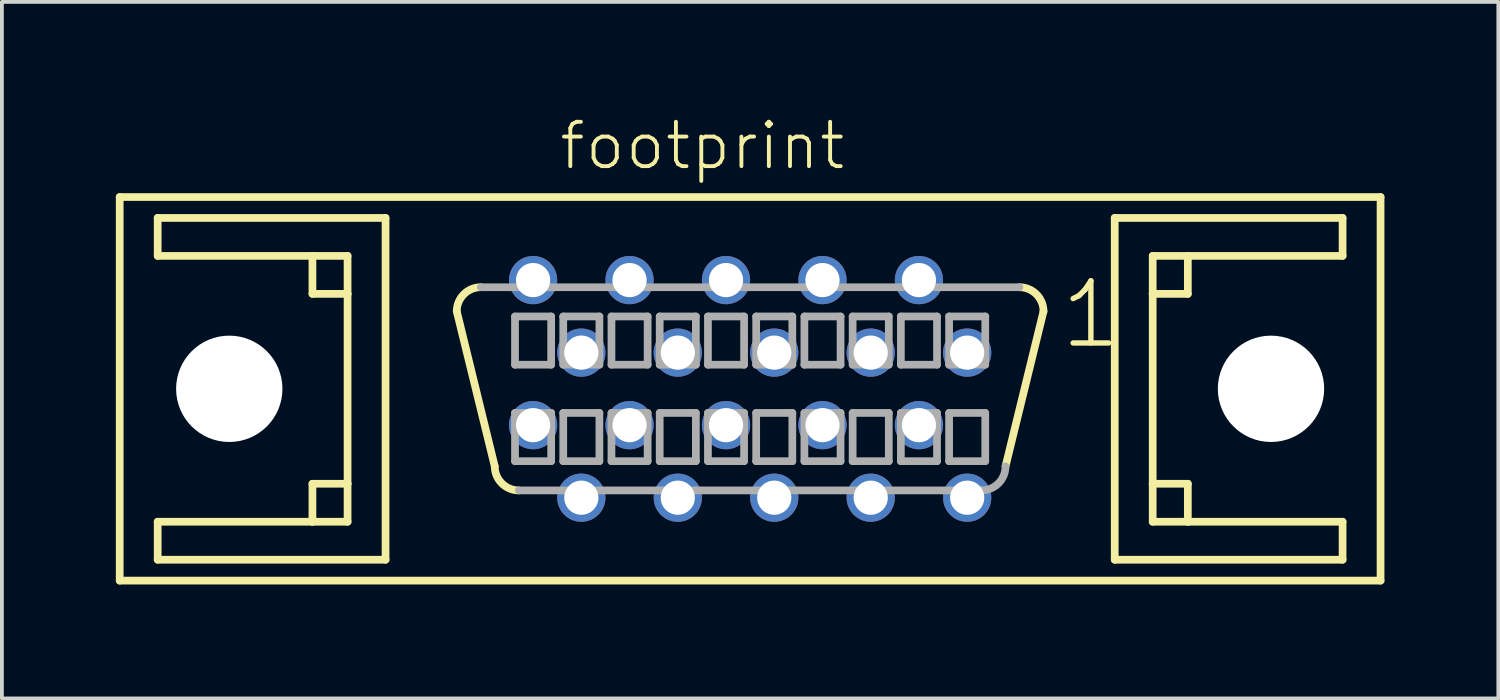
<source format=kicad_pcb>
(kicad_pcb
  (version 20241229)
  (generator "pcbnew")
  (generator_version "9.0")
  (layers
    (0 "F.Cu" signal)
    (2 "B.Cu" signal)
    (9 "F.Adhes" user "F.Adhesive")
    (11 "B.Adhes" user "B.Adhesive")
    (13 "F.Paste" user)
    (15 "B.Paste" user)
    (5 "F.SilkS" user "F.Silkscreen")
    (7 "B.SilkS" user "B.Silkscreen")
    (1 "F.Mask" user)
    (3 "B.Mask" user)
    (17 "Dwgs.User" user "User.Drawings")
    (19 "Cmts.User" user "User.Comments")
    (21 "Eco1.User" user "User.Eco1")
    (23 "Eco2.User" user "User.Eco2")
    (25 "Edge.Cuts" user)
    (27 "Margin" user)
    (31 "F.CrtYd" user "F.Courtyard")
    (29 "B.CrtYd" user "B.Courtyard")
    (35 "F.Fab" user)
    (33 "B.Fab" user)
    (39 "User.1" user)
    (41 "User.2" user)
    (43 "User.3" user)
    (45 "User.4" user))
  (footprint "footprint"
    (layer "F.Cu")
    (at 16.702 7.188)
    (property "Reference" "footprint" (at -5.08 -5.715 0) (layer "F.SilkS") (effects (font (size 1.168 1.168) (thickness 0.102)) (justify left bottom)))
    (fp_line (start -16.6 -5.05) (end 16.6 -5.05) (stroke (width 0.203) (type solid)) (layer "F.SilkS"))
    (fp_line (start -16.6 5.05) (end -16.6 -5.05) (stroke (width 0.203) (type solid)) (layer "F.SilkS"))
    (fp_line (start -15.6 -4.5) (end -15.6 -3.5) (stroke (width 0.203) (type solid)) (layer "F.SilkS"))
    (fp_line (start -15.6 -3.5) (end -11.525 -3.5) (stroke (width 0.203) (type solid)) (layer "F.SilkS"))
    (fp_line (start -15.6 3.5) (end -15.6 4.5) (stroke (width 0.203) (type solid)) (layer "F.SilkS"))
    (fp_line (start -15.6 4.5) (end -9.6 4.5) (stroke (width 0.203) (type solid)) (layer "F.SilkS"))
    (fp_line (start -11.525 -3.5) (end -11.525 -2.5) (stroke (width 0.203) (type solid)) (layer "F.SilkS"))
    (fp_line (start -11.525 -3.5) (end -10.6 -3.5) (stroke (width 0.203) (type solid)) (layer "F.SilkS"))
    (fp_line (start -11.525 -2.5) (end -10.6 -2.5) (stroke (width 0.203) (type solid)) (layer "F.SilkS"))
    (fp_line (start -11.525 2.5) (end -11.525 3.5) (stroke (width 0.203) (type solid)) (layer "F.SilkS"))
    (fp_line (start -11.525 3.5) (end -15.6 3.5) (stroke (width 0.203) (type solid)) (layer "F.SilkS"))
    (fp_line (start -10.6 -3.5) (end -10.6 -2.5) (stroke (width 0.203) (type solid)) (layer "F.SilkS"))
    (fp_line (start -10.6 -2.5) (end -10.6 2.5) (stroke (width 0.203) (type solid)) (layer "F.SilkS"))
    (fp_line (start -10.6 2.5) (end -11.525 2.5) (stroke (width 0.203) (type solid)) (layer "F.SilkS"))
    (fp_line (start -10.6 2.5) (end -10.6 3.5) (stroke (width 0.203) (type solid)) (layer "F.SilkS"))
    (fp_line (start -10.6 3.5) (end -11.525 3.5) (stroke (width 0.203) (type solid)) (layer "F.SilkS"))
    (fp_line (start -9.6 -4.5) (end -15.6 -4.5) (stroke (width 0.203) (type solid)) (layer "F.SilkS"))
    (fp_line (start -9.6 4.5) (end -9.6 -4.5) (stroke (width 0.203) (type solid)) (layer "F.SilkS"))
    (fp_line (start -6.725 2.04) (end -7.725 -2.04) (stroke (width 0.203) (type solid)) (layer "F.SilkS"))
    (fp_line (start 7.725 -2.04) (end 6.725 2.04) (stroke (width 0.203) (type solid)) (layer "F.SilkS"))
    (fp_line (start 9.6 -4.5) (end 9.6 4.5) (stroke (width 0.203) (type solid)) (layer "F.SilkS"))
    (fp_line (start 9.6 4.5) (end 15.6 4.5) (stroke (width 0.203) (type solid)) (layer "F.SilkS"))
    (fp_line (start 10.6 -3.5) (end 11.525 -3.5) (stroke (width 0.203) (type solid)) (layer "F.SilkS"))
    (fp_line (start 10.6 -2.5) (end 10.6 -3.5) (stroke (width 0.203) (type solid)) (layer "F.SilkS"))
    (fp_line (start 10.6 -2.5) (end 11.525 -2.5) (stroke (width 0.203) (type solid)) (layer "F.SilkS"))
    (fp_line (start 10.6 2.5) (end 10.6 -2.5) (stroke (width 0.203) (type solid)) (layer "F.SilkS"))
    (fp_line (start 10.6 3.5) (end 10.6 2.5) (stroke (width 0.203) (type solid)) (layer "F.SilkS"))
    (fp_line (start 11.525 -3.5) (end 15.6 -3.5) (stroke (width 0.203) (type solid)) (layer "F.SilkS"))
    (fp_line (start 11.525 -2.5) (end 11.525 -3.5) (stroke (width 0.203) (type solid)) (layer "F.SilkS"))
    (fp_line (start 11.525 2.5) (end 10.6 2.5) (stroke (width 0.203) (type solid)) (layer "F.SilkS"))
    (fp_line (start 11.525 3.5) (end 10.6 3.5) (stroke (width 0.203) (type solid)) (layer "F.SilkS"))
    (fp_line (start 11.525 3.5) (end 11.525 2.5) (stroke (width 0.203) (type solid)) (layer "F.SilkS"))
    (fp_line (start 15.6 -4.5) (end 9.6 -4.5) (stroke (width 0.203) (type solid)) (layer "F.SilkS"))
    (fp_line (start 15.6 -3.5) (end 15.6 -4.5) (stroke (width 0.203) (type solid)) (layer "F.SilkS"))
    (fp_line (start 15.6 3.5) (end 11.525 3.5) (stroke (width 0.203) (type solid)) (layer "F.SilkS"))
    (fp_line (start 15.6 4.5) (end 15.6 3.5) (stroke (width 0.203) (type solid)) (layer "F.SilkS"))
    (fp_line (start 16.6 -5.05) (end 16.6 5.05) (stroke (width 0.203) (type solid)) (layer "F.SilkS"))
    (fp_line (start 16.6 5.05) (end -16.6 5.05) (stroke (width 0.203) (type solid)) (layer "F.SilkS"))
    (fp_arc (start -7.725 -2.04) (mid -7.539013 -2.489013) (end -7.09 -2.675) (stroke (width 0.2032) (type solid)) (layer "F.SilkS"))
    (fp_arc (start -6.09 2.675) (mid -6.539013 2.489013) (end -6.725 2.04) (stroke (width 0.2032) (type solid)) (layer "F.SilkS"))
    (fp_arc (start 7.09 -2.675) (mid 7.539013 -2.489013) (end 7.725 -2.04) (stroke (width 0.2032) (type solid)) (layer "F.SilkS"))
    (fp_line (start -7.09 -2.675) (end 7.09 -2.675) (stroke (width 0.203) (type solid)) (layer "F.Fab"))
    (fp_line (start -6.191 -1.905) (end -6.191 -0.635) (stroke (width 0.203) (type solid)) (layer "F.Fab"))
    (fp_line (start -6.191 -0.635) (end -5.239 -0.635) (stroke (width 0.203) (type solid)) (layer "F.Fab"))
    (fp_line (start -6.191 0.635) (end -6.191 1.905) (stroke (width 0.203) (type solid)) (layer "F.Fab"))
    (fp_line (start -6.191 1.905) (end -5.239 1.905) (stroke (width 0.203) (type solid)) (layer "F.Fab"))
    (fp_line (start -5.239 -1.905) (end -6.191 -1.905) (stroke (width 0.203) (type solid)) (layer "F.Fab"))
    (fp_line (start -5.239 -0.635) (end -5.239 -1.905) (stroke (width 0.203) (type solid)) (layer "F.Fab"))
    (fp_line (start -5.239 0.635) (end -6.191 0.635) (stroke (width 0.203) (type solid)) (layer "F.Fab"))
    (fp_line (start -5.239 1.905) (end -5.239 0.635) (stroke (width 0.203) (type solid)) (layer "F.Fab"))
    (fp_line (start -4.921 -1.905) (end -4.921 -0.635) (stroke (width 0.203) (type solid)) (layer "F.Fab"))
    (fp_line (start -4.921 -0.635) (end -3.969 -0.635) (stroke (width 0.203) (type solid)) (layer "F.Fab"))
    (fp_line (start -4.921 0.635) (end -4.921 1.905) (stroke (width 0.203) (type solid)) (layer "F.Fab"))
    (fp_line (start -4.921 1.905) (end -3.969 1.905) (stroke (width 0.203) (type solid)) (layer "F.Fab"))
    (fp_line (start -3.969 -1.905) (end -4.921 -1.905) (stroke (width 0.203) (type solid)) (layer "F.Fab"))
    (fp_line (start -3.969 -0.635) (end -3.969 -1.905) (stroke (width 0.203) (type solid)) (layer "F.Fab"))
    (fp_line (start -3.969 0.635) (end -4.921 0.635) (stroke (width 0.203) (type solid)) (layer "F.Fab"))
    (fp_line (start -3.969 1.905) (end -3.969 0.635) (stroke (width 0.203) (type solid)) (layer "F.Fab"))
    (fp_line (start -3.651 -1.905) (end -3.651 -0.635) (stroke (width 0.203) (type solid)) (layer "F.Fab"))
    (fp_line (start -3.651 -0.635) (end -2.699 -0.635) (stroke (width 0.203) (type solid)) (layer "F.Fab"))
    (fp_line (start -3.651 0.635) (end -3.651 1.905) (stroke (width 0.203) (type solid)) (layer "F.Fab"))
    (fp_line (start -3.651 1.905) (end -2.699 1.905) (stroke (width 0.203) (type solid)) (layer "F.Fab"))
    (fp_line (start -2.699 -1.905) (end -3.651 -1.905) (stroke (width 0.203) (type solid)) (layer "F.Fab"))
    (fp_line (start -2.699 -0.635) (end -2.699 -1.905) (stroke (width 0.203) (type solid)) (layer "F.Fab"))
    (fp_line (start -2.699 0.635) (end -3.651 0.635) (stroke (width 0.203) (type solid)) (layer "F.Fab"))
    (fp_line (start -2.699 1.905) (end -2.699 0.635) (stroke (width 0.203) (type solid)) (layer "F.Fab"))
    (fp_line (start -2.381 -1.905) (end -2.381 -0.635) (stroke (width 0.203) (type solid)) (layer "F.Fab"))
    (fp_line (start -2.381 -0.635) (end -1.429 -0.635) (stroke (width 0.203) (type solid)) (layer "F.Fab"))
    (fp_line (start -2.381 0.635) (end -2.381 1.905) (stroke (width 0.203) (type solid)) (layer "F.Fab"))
    (fp_line (start -2.381 1.905) (end -1.429 1.905) (stroke (width 0.203) (type solid)) (layer "F.Fab"))
    (fp_line (start -1.429 -1.905) (end -2.381 -1.905) (stroke (width 0.203) (type solid)) (layer "F.Fab"))
    (fp_line (start -1.429 -0.635) (end -1.429 -1.905) (stroke (width 0.203) (type solid)) (layer "F.Fab"))
    (fp_line (start -1.429 0.635) (end -2.381 0.635) (stroke (width 0.203) (type solid)) (layer "F.Fab"))
    (fp_line (start -1.429 1.905) (end -1.429 0.635) (stroke (width 0.203) (type solid)) (layer "F.Fab"))
    (fp_line (start -1.111 -1.905) (end -1.111 -0.635) (stroke (width 0.203) (type solid)) (layer "F.Fab"))
    (fp_line (start -1.111 -0.635) (end -0.159 -0.635) (stroke (width 0.203) (type solid)) (layer "F.Fab"))
    (fp_line (start -1.111 0.635) (end -1.111 1.905) (stroke (width 0.203) (type solid)) (layer "F.Fab"))
    (fp_line (start -1.111 1.905) (end -0.159 1.905) (stroke (width 0.203) (type solid)) (layer "F.Fab"))
    (fp_line (start -0.159 -1.905) (end -1.111 -1.905) (stroke (width 0.203) (type solid)) (layer "F.Fab"))
    (fp_line (start -0.159 -0.635) (end -0.159 -1.905) (stroke (width 0.203) (type solid)) (layer "F.Fab"))
    (fp_line (start -0.159 0.635) (end -1.111 0.635) (stroke (width 0.203) (type solid)) (layer "F.Fab"))
    (fp_line (start -0.159 1.905) (end -0.159 0.635) (stroke (width 0.203) (type solid)) (layer "F.Fab"))
    (fp_line (start 0.159 -1.905) (end 0.159 -0.635) (stroke (width 0.203) (type solid)) (layer "F.Fab"))
    (fp_line (start 0.159 -0.635) (end 1.111 -0.635) (stroke (width 0.203) (type solid)) (layer "F.Fab"))
    (fp_line (start 0.159 0.635) (end 0.159 1.905) (stroke (width 0.203) (type solid)) (layer "F.Fab"))
    (fp_line (start 0.159 1.905) (end 1.111 1.905) (stroke (width 0.203) (type solid)) (layer "F.Fab"))
    (fp_line (start 1.111 -1.905) (end 0.159 -1.905) (stroke (width 0.203) (type solid)) (layer "F.Fab"))
    (fp_line (start 1.111 -0.635) (end 1.111 -1.905) (stroke (width 0.203) (type solid)) (layer "F.Fab"))
    (fp_line (start 1.111 0.635) (end 0.159 0.635) (stroke (width 0.203) (type solid)) (layer "F.Fab"))
    (fp_line (start 1.111 1.905) (end 1.111 0.635) (stroke (width 0.203) (type solid)) (layer "F.Fab"))
    (fp_line (start 1.429 -1.905) (end 1.429 -0.635) (stroke (width 0.203) (type solid)) (layer "F.Fab"))
    (fp_line (start 1.429 -0.635) (end 2.381 -0.635) (stroke (width 0.203) (type solid)) (layer "F.Fab"))
    (fp_line (start 1.429 0.635) (end 1.429 1.905) (stroke (width 0.203) (type solid)) (layer "F.Fab"))
    (fp_line (start 1.429 1.905) (end 2.381 1.905) (stroke (width 0.203) (type solid)) (layer "F.Fab"))
    (fp_line (start 2.381 -1.905) (end 1.429 -1.905) (stroke (width 0.203) (type solid)) (layer "F.Fab"))
    (fp_line (start 2.381 -0.635) (end 2.381 -1.905) (stroke (width 0.203) (type solid)) (layer "F.Fab"))
    (fp_line (start 2.381 0.635) (end 1.429 0.635) (stroke (width 0.203) (type solid)) (layer "F.Fab"))
    (fp_line (start 2.381 1.905) (end 2.381 0.635) (stroke (width 0.203) (type solid)) (layer "F.Fab"))
    (fp_line (start 2.699 -1.905) (end 2.699 -0.635) (stroke (width 0.203) (type solid)) (layer "F.Fab"))
    (fp_line (start 2.699 -0.635) (end 3.651 -0.635) (stroke (width 0.203) (type solid)) (layer "F.Fab"))
    (fp_line (start 2.699 0.635) (end 2.699 1.905) (stroke (width 0.203) (type solid)) (layer "F.Fab"))
    (fp_line (start 2.699 1.905) (end 3.651 1.905) (stroke (width 0.203) (type solid)) (layer "F.Fab"))
    (fp_line (start 3.651 -1.905) (end 2.699 -1.905) (stroke (width 0.203) (type solid)) (layer "F.Fab"))
    (fp_line (start 3.651 -0.635) (end 3.651 -1.905) (stroke (width 0.203) (type solid)) (layer "F.Fab"))
    (fp_line (start 3.651 0.635) (end 2.699 0.635) (stroke (width 0.203) (type solid)) (layer "F.Fab"))
    (fp_line (start 3.651 1.905) (end 3.651 0.635) (stroke (width 0.203) (type solid)) (layer "F.Fab"))
    (fp_line (start 3.969 -1.905) (end 3.969 -0.635) (stroke (width 0.203) (type solid)) (layer "F.Fab"))
    (fp_line (start 3.969 -0.635) (end 4.921 -0.635) (stroke (width 0.203) (type solid)) (layer "F.Fab"))
    (fp_line (start 3.969 0.635) (end 3.969 1.905) (stroke (width 0.203) (type solid)) (layer "F.Fab"))
    (fp_line (start 3.969 1.905) (end 4.921 1.905) (stroke (width 0.203) (type solid)) (layer "F.Fab"))
    (fp_line (start 4.921 -1.905) (end 3.969 -1.905) (stroke (width 0.203) (type solid)) (layer "F.Fab"))
    (fp_line (start 4.921 -0.635) (end 4.921 -1.905) (stroke (width 0.203) (type solid)) (layer "F.Fab"))
    (fp_line (start 4.921 0.635) (end 3.969 0.635) (stroke (width 0.203) (type solid)) (layer "F.Fab"))
    (fp_line (start 4.921 1.905) (end 4.921 0.635) (stroke (width 0.203) (type solid)) (layer "F.Fab"))
    (fp_line (start 5.239 -1.905) (end 5.239 -0.635) (stroke (width 0.203) (type solid)) (layer "F.Fab"))
    (fp_line (start 5.239 -0.635) (end 6.191 -0.635) (stroke (width 0.203) (type solid)) (layer "F.Fab"))
    (fp_line (start 5.239 0.635) (end 5.239 1.905) (stroke (width 0.203) (type solid)) (layer "F.Fab"))
    (fp_line (start 5.239 1.905) (end 6.191 1.905) (stroke (width 0.203) (type solid)) (layer "F.Fab"))
    (fp_line (start 6.09 2.675) (end -6.09 2.675) (stroke (width 0.203) (type solid)) (layer "F.Fab"))
    (fp_line (start 6.191 -1.905) (end 5.239 -1.905) (stroke (width 0.203) (type solid)) (layer "F.Fab"))
    (fp_line (start 6.191 -0.635) (end 6.191 -1.905) (stroke (width 0.203) (type solid)) (layer "F.Fab"))
    (fp_line (start 6.191 0.635) (end 5.239 0.635) (stroke (width 0.203) (type solid)) (layer "F.Fab"))
    (fp_line (start 6.191 1.905) (end 6.191 0.635) (stroke (width 0.203) (type solid)) (layer "F.Fab"))
    (fp_arc (start 6.725 2.04) (mid 6.539013 2.489013) (end 6.09 2.675) (stroke (width 0.2032) (type solid)) (layer "F.Fab"))
    (fp_text user "1" (at 8.1 -1 0) (layer "F.SilkS") (effects (font (size 1.636 1.636) (thickness 0.142)) (justify left bottom)))
    (pad "" np_thru_hole circle (at -13.715 0) (size 2.8 2.8) (drill 2.8) (layers "*.Cu" "*.Mask"))
    (pad "" np_thru_hole circle (at 13.715 0) (size 2.8 2.8) (drill 2.8) (layers "*.Cu" "*.Mask"))
    (pad "1" thru_hole circle (at 5.715 -0.953) (size 1.27 1.27) (drill 0.9) (layers "*.Cu" "*.Mask"))
    (pad "2" thru_hole circle (at 4.445 -2.863) (size 1.27 1.27) (drill 0.9) (layers "*.Cu" "*.Mask"))
    (pad "3" thru_hole circle (at 3.175 -0.953) (size 1.27 1.27) (drill 0.9) (layers "*.Cu" "*.Mask"))
    (pad "4" thru_hole circle (at 1.905 -2.863) (size 1.27 1.27) (drill 0.9) (layers "*.Cu" "*.Mask"))
    (pad "5" thru_hole circle (at 0.635 -0.953) (size 1.27 1.27) (drill 0.9) (layers "*.Cu" "*.Mask"))
    (pad "6" thru_hole circle (at -0.635 -2.863) (size 1.27 1.27) (drill 0.9) (layers "*.Cu" "*.Mask"))
    (pad "7" thru_hole circle (at -1.905 -0.953) (size 1.27 1.27) (drill 0.9) (layers "*.Cu" "*.Mask"))
    (pad "8" thru_hole circle (at -3.175 -2.863) (size 1.27 1.27) (drill 0.9) (layers "*.Cu" "*.Mask"))
    (pad "9" thru_hole circle (at -4.445 -0.953) (size 1.27 1.27) (drill 0.9) (layers "*.Cu" "*.Mask"))
    (pad "10" thru_hole circle (at -5.715 -2.863) (size 1.27 1.27) (drill 0.9) (layers "*.Cu" "*.Mask"))
    (pad "11" thru_hole circle (at 5.715 2.867) (size 1.27 1.27) (drill 0.9) (layers "*.Cu" "*.Mask"))
    (pad "12" thru_hole circle (at 4.445 0.957) (size 1.27 1.27) (drill 0.9) (layers "*.Cu" "*.Mask"))
    (pad "13" thru_hole circle (at 3.175 2.867) (size 1.27 1.27) (drill 0.9) (layers "*.Cu" "*.Mask"))
    (pad "14" thru_hole circle (at 1.905 0.957) (size 1.27 1.27) (drill 0.9) (layers "*.Cu" "*.Mask"))
    (pad "15" thru_hole circle (at 0.635 2.867) (size 1.27 1.27) (drill 0.9) (layers "*.Cu" "*.Mask"))
    (pad "16" thru_hole circle (at -0.635 0.957) (size 1.27 1.27) (drill 0.9) (layers "*.Cu" "*.Mask"))
    (pad "17" thru_hole circle (at -1.905 2.867) (size 1.27 1.27) (drill 0.9) (layers "*.Cu" "*.Mask"))
    (pad "18" thru_hole circle (at -3.175 0.957) (size 1.27 1.27) (drill 0.9) (layers "*.Cu" "*.Mask"))
    (pad "19" thru_hole circle (at -4.445 2.867) (size 1.27 1.27) (drill 0.9) (layers "*.Cu" "*.Mask"))
    (pad "20" thru_hole circle (at -5.715 0.957) (size 1.27 1.27) (drill 0.9) (layers "*.Cu" "*.Mask")))
  (gr_rect
    (start -3 -3)
    (end 36.403 15.34)
    (stroke (width 0.1) (type default))
    (fill no)
    (layer "Edge.Cuts")))
</source>
